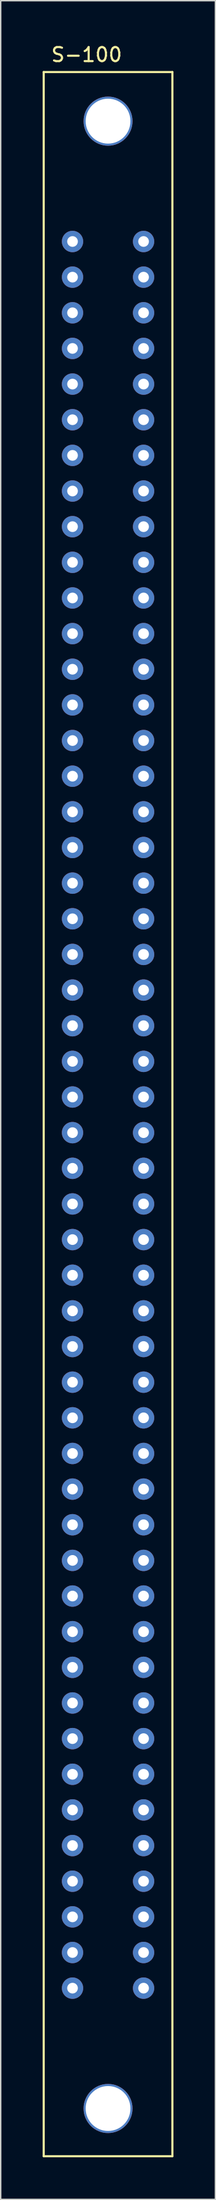
<source format=kicad_pcb>
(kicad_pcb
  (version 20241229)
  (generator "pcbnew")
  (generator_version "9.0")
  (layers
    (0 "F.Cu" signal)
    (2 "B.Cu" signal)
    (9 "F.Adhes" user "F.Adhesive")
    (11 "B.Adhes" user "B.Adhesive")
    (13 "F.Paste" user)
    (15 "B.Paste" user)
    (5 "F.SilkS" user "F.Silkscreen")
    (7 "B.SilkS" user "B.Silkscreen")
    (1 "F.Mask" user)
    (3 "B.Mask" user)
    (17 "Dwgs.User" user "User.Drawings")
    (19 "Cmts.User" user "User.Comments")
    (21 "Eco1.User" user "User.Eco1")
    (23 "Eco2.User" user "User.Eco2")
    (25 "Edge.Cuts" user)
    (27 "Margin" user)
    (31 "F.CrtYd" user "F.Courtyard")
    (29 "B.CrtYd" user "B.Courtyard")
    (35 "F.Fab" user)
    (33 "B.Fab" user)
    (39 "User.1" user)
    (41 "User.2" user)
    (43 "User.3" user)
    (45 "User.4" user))
  (footprint "S-100"
    (layer "F.Cu")
    (at 2.135 14.158)
    (property "Reference" "S-100" (at 1.01 -13.31 0) (layer "F.SilkS") (effects (font (size 1 1) (thickness 0.15))))
    (attr through_hole)
    (fp_line (start -2.06 -12.075) (end -2.06 136.435) (stroke (width 0.15) (type solid)) (layer "F.SilkS"))
    (fp_line (start -2.06 -12.075) (end 7.14 -12.075) (stroke (width 0.15) (type solid)) (layer "F.SilkS"))
    (fp_line (start -2.06 136.435) (end 7.14 136.435) (stroke (width 0.15) (type solid)) (layer "F.SilkS"))
    (fp_line (start 7.14 -12.075) (end 7.14 136.435) (stroke (width 0.15) (type solid)) (layer "F.SilkS"))
    (pad "" np_thru_hole circle (at 2.54 -8.575) (size 3.5 3.5) (drill 3.2) (layers "*.Cu" "*.Mask"))
    (pad "" np_thru_hole circle (at 2.54 133.035) (size 3.5 3.5) (drill 3.2) (layers "*.Cu" "*.Mask"))
    (pad "1" thru_hole circle (at 0 0) (size 1.524 1.524) (drill 0.762) (layers "*.Cu" "*.Mask"))
    (pad "2" thru_hole circle (at 0 2.54) (size 1.524 1.524) (drill 0.762) (layers "*.Cu" "*.Mask"))
    (pad "3" thru_hole circle (at 0 5.08) (size 1.524 1.524) (drill 0.762) (layers "*.Cu" "*.Mask"))
    (pad "4" thru_hole circle (at 0 7.62) (size 1.524 1.524) (drill 0.762) (layers "*.Cu" "*.Mask"))
    (pad "5" thru_hole circle (at 0 10.16) (size 1.524 1.524) (drill 0.762) (layers "*.Cu" "*.Mask"))
    (pad "6" thru_hole circle (at 0 12.7) (size 1.524 1.524) (drill 0.762) (layers "*.Cu" "*.Mask"))
    (pad "7" thru_hole circle (at 0 15.24) (size 1.524 1.524) (drill 0.762) (layers "*.Cu" "*.Mask"))
    (pad "8" thru_hole circle (at 0 17.78) (size 1.524 1.524) (drill 0.762) (layers "*.Cu" "*.Mask"))
    (pad "9" thru_hole circle (at 0 20.32) (size 1.524 1.524) (drill 0.762) (layers "*.Cu" "*.Mask"))
    (pad "10" thru_hole circle (at 0 22.86) (size 1.524 1.524) (drill 0.762) (layers "*.Cu" "*.Mask"))
    (pad "11" thru_hole circle (at 0 25.4) (size 1.524 1.524) (drill 0.762) (layers "*.Cu" "*.Mask"))
    (pad "12" thru_hole circle (at 0 27.94) (size 1.524 1.524) (drill 0.762) (layers "*.Cu" "*.Mask"))
    (pad "13" thru_hole circle (at 0 30.48) (size 1.524 1.524) (drill 0.762) (layers "*.Cu" "*.Mask"))
    (pad "14" thru_hole circle (at 0 33.02) (size 1.524 1.524) (drill 0.762) (layers "*.Cu" "*.Mask"))
    (pad "15" thru_hole circle (at 0 35.56) (size 1.524 1.524) (drill 0.762) (layers "*.Cu" "*.Mask"))
    (pad "16" thru_hole circle (at 0 38.1) (size 1.524 1.524) (drill 0.762) (layers "*.Cu" "*.Mask"))
    (pad "17" thru_hole circle (at 0 40.64) (size 1.524 1.524) (drill 0.762) (layers "*.Cu" "*.Mask"))
    (pad "18" thru_hole circle (at 0 43.18) (size 1.524 1.524) (drill 0.762) (layers "*.Cu" "*.Mask"))
    (pad "19" thru_hole circle (at 0 45.72) (size 1.524 1.524) (drill 0.762) (layers "*.Cu" "*.Mask"))
    (pad "20" thru_hole circle (at 0 48.26) (size 1.524 1.524) (drill 0.762) (layers "*.Cu" "*.Mask"))
    (pad "21" thru_hole circle (at 0 50.8) (size 1.524 1.524) (drill 0.762) (layers "*.Cu" "*.Mask"))
    (pad "22" thru_hole circle (at 0 53.34) (size 1.524 1.524) (drill 0.762) (layers "*.Cu" "*.Mask"))
    (pad "23" thru_hole circle (at 0 55.88) (size 1.524 1.524) (drill 0.762) (layers "*.Cu" "*.Mask"))
    (pad "24" thru_hole circle (at 0 58.42) (size 1.524 1.524) (drill 0.762) (layers "*.Cu" "*.Mask"))
    (pad "25" thru_hole circle (at 0 60.96) (size 1.524 1.524) (drill 0.762) (layers "*.Cu" "*.Mask"))
    (pad "26" thru_hole circle (at 0 63.5) (size 1.524 1.524) (drill 0.762) (layers "*.Cu" "*.Mask"))
    (pad "27" thru_hole circle (at 0 66.04) (size 1.524 1.524) (drill 0.762) (layers "*.Cu" "*.Mask"))
    (pad "28" thru_hole circle (at 0 68.58) (size 1.524 1.524) (drill 0.762) (layers "*.Cu" "*.Mask"))
    (pad "29" thru_hole circle (at 0 71.12) (size 1.524 1.524) (drill 0.762) (layers "*.Cu" "*.Mask"))
    (pad "30" thru_hole circle (at 0 73.66) (size 1.524 1.524) (drill 0.762) (layers "*.Cu" "*.Mask"))
    (pad "31" thru_hole circle (at 0 76.2) (size 1.524 1.524) (drill 0.762) (layers "*.Cu" "*.Mask"))
    (pad "32" thru_hole circle (at 0 78.74) (size 1.524 1.524) (drill 0.762) (layers "*.Cu" "*.Mask"))
    (pad "33" thru_hole circle (at 0 81.28) (size 1.524 1.524) (drill 0.762) (layers "*.Cu" "*.Mask"))
    (pad "34" thru_hole circle (at 0 83.82) (size 1.524 1.524) (drill 0.762) (layers "*.Cu" "*.Mask"))
    (pad "35" thru_hole circle (at 0 86.36) (size 1.524 1.524) (drill 0.762) (layers "*.Cu" "*.Mask"))
    (pad "36" thru_hole circle (at 0 88.9) (size 1.524 1.524) (drill 0.762) (layers "*.Cu" "*.Mask"))
    (pad "37" thru_hole circle (at 0 91.44) (size 1.524 1.524) (drill 0.762) (layers "*.Cu" "*.Mask"))
    (pad "38" thru_hole circle (at 0 93.98) (size 1.524 1.524) (drill 0.762) (layers "*.Cu" "*.Mask"))
    (pad "39" thru_hole circle (at 0 96.52) (size 1.524 1.524) (drill 0.762) (layers "*.Cu" "*.Mask"))
    (pad "40" thru_hole circle (at 0 99.06) (size 1.524 1.524) (drill 0.762) (layers "*.Cu" "*.Mask"))
    (pad "41" thru_hole circle (at 0 101.6) (size 1.524 1.524) (drill 0.762) (layers "*.Cu" "*.Mask"))
    (pad "42" thru_hole circle (at 0 104.14) (size 1.524 1.524) (drill 0.762) (layers "*.Cu" "*.Mask"))
    (pad "43" thru_hole circle (at 0 106.68) (size 1.524 1.524) (drill 0.762) (layers "*.Cu" "*.Mask"))
    (pad "44" thru_hole circle (at 0 109.22) (size 1.524 1.524) (drill 0.762) (layers "*.Cu" "*.Mask"))
    (pad "45" thru_hole circle (at 0 111.76) (size 1.524 1.524) (drill 0.762) (layers "*.Cu" "*.Mask"))
    (pad "46" thru_hole circle (at 0 114.3) (size 1.524 1.524) (drill 0.762) (layers "*.Cu" "*.Mask"))
    (pad "47" thru_hole circle (at 0 116.84) (size 1.524 1.524) (drill 0.762) (layers "*.Cu" "*.Mask"))
    (pad "48" thru_hole circle (at 0 119.38) (size 1.524 1.524) (drill 0.762) (layers "*.Cu" "*.Mask"))
    (pad "49" thru_hole circle (at 0 121.92) (size 1.524 1.524) (drill 0.762) (layers "*.Cu" "*.Mask"))
    (pad "50" thru_hole circle (at 0 124.46) (size 1.524 1.524) (drill 0.762) (layers "*.Cu" "*.Mask"))
    (pad "51" thru_hole circle (at 5.08 0) (size 1.524 1.524) (drill 0.762) (layers "*.Cu" "*.Mask"))
    (pad "52" thru_hole circle (at 5.08 2.54) (size 1.524 1.524) (drill 0.762) (layers "*.Cu" "*.Mask"))
    (pad "53" thru_hole circle (at 5.08 5.08) (size 1.524 1.524) (drill 0.762) (layers "*.Cu" "*.Mask"))
    (pad "54" thru_hole circle (at 5.08 7.62) (size 1.524 1.524) (drill 0.762) (layers "*.Cu" "*.Mask"))
    (pad "55" thru_hole circle (at 5.08 10.16) (size 1.524 1.524) (drill 0.762) (layers "*.Cu" "*.Mask"))
    (pad "56" thru_hole circle (at 5.08 12.7) (size 1.524 1.524) (drill 0.762) (layers "*.Cu" "*.Mask"))
    (pad "57" thru_hole circle (at 5.08 15.24) (size 1.524 1.524) (drill 0.762) (layers "*.Cu" "*.Mask"))
    (pad "58" thru_hole circle (at 5.08 17.78) (size 1.524 1.524) (drill 0.762) (layers "*.Cu" "*.Mask"))
    (pad "59" thru_hole circle (at 5.08 20.32) (size 1.524 1.524) (drill 0.762) (layers "*.Cu" "*.Mask"))
    (pad "60" thru_hole circle (at 5.08 22.86) (size 1.524 1.524) (drill 0.762) (layers "*.Cu" "*.Mask"))
    (pad "61" thru_hole circle (at 5.08 25.4) (size 1.524 1.524) (drill 0.762) (layers "*.Cu" "*.Mask"))
    (pad "62" thru_hole circle (at 5.08 27.94) (size 1.524 1.524) (drill 0.762) (layers "*.Cu" "*.Mask"))
    (pad "63" thru_hole circle (at 5.08 30.48) (size 1.524 1.524) (drill 0.762) (layers "*.Cu" "*.Mask"))
    (pad "64" thru_hole circle (at 5.08 33.02) (size 1.524 1.524) (drill 0.762) (layers "*.Cu" "*.Mask"))
    (pad "65" thru_hole circle (at 5.08 35.56) (size 1.524 1.524) (drill 0.762) (layers "*.Cu" "*.Mask"))
    (pad "66" thru_hole circle (at 5.08 38.1) (size 1.524 1.524) (drill 0.762) (layers "*.Cu" "*.Mask"))
    (pad "67" thru_hole circle (at 5.08 40.64) (size 1.524 1.524) (drill 0.762) (layers "*.Cu" "*.Mask"))
    (pad "68" thru_hole circle (at 5.08 43.18) (size 1.524 1.524) (drill 0.762) (layers "*.Cu" "*.Mask"))
    (pad "69" thru_hole circle (at 5.08 45.72) (size 1.524 1.524) (drill 0.762) (layers "*.Cu" "*.Mask"))
    (pad "70" thru_hole circle (at 5.08 48.26) (size 1.524 1.524) (drill 0.762) (layers "*.Cu" "*.Mask"))
    (pad "71" thru_hole circle (at 5.08 50.8) (size 1.524 1.524) (drill 0.762) (layers "*.Cu" "*.Mask"))
    (pad "72" thru_hole circle (at 5.08 53.34) (size 1.524 1.524) (drill 0.762) (layers "*.Cu" "*.Mask"))
    (pad "73" thru_hole circle (at 5.08 55.88) (size 1.524 1.524) (drill 0.762) (layers "*.Cu" "*.Mask"))
    (pad "74" thru_hole circle (at 5.08 58.42) (size 1.524 1.524) (drill 0.762) (layers "*.Cu" "*.Mask"))
    (pad "75" thru_hole circle (at 5.08 60.96) (size 1.524 1.524) (drill 0.762) (layers "*.Cu" "*.Mask"))
    (pad "76" thru_hole circle (at 5.08 63.5) (size 1.524 1.524) (drill 0.762) (layers "*.Cu" "*.Mask"))
    (pad "77" thru_hole circle (at 5.08 66.04) (size 1.524 1.524) (drill 0.762) (layers "*.Cu" "*.Mask"))
    (pad "78" thru_hole circle (at 5.08 68.58) (size 1.524 1.524) (drill 0.762) (layers "*.Cu" "*.Mask"))
    (pad "79" thru_hole circle (at 5.08 71.12) (size 1.524 1.524) (drill 0.762) (layers "*.Cu" "*.Mask"))
    (pad "80" thru_hole circle (at 5.08 73.66) (size 1.524 1.524) (drill 0.762) (layers "*.Cu" "*.Mask"))
    (pad "81" thru_hole circle (at 5.08 76.2) (size 1.524 1.524) (drill 0.762) (layers "*.Cu" "*.Mask"))
    (pad "82" thru_hole circle (at 5.08 78.74) (size 1.524 1.524) (drill 0.762) (layers "*.Cu" "*.Mask"))
    (pad "83" thru_hole circle (at 5.08 81.28) (size 1.524 1.524) (drill 0.762) (layers "*.Cu" "*.Mask"))
    (pad "84" thru_hole circle (at 5.08 83.82) (size 1.524 1.524) (drill 0.762) (layers "*.Cu" "*.Mask"))
    (pad "85" thru_hole circle (at 5.08 86.36) (size 1.524 1.524) (drill 0.762) (layers "*.Cu" "*.Mask"))
    (pad "86" thru_hole circle (at 5.08 88.9) (size 1.524 1.524) (drill 0.762) (layers "*.Cu" "*.Mask"))
    (pad "87" thru_hole circle (at 5.08 91.44) (size 1.524 1.524) (drill 0.762) (layers "*.Cu" "*.Mask"))
    (pad "88" thru_hole circle (at 5.08 93.98) (size 1.524 1.524) (drill 0.762) (layers "*.Cu" "*.Mask"))
    (pad "89" thru_hole circle (at 5.08 96.52) (size 1.524 1.524) (drill 0.762) (layers "*.Cu" "*.Mask"))
    (pad "90" thru_hole circle (at 5.08 99.06) (size 1.524 1.524) (drill 0.762) (layers "*.Cu" "*.Mask"))
    (pad "91" thru_hole circle (at 5.08 101.6) (size 1.524 1.524) (drill 0.762) (layers "*.Cu" "*.Mask"))
    (pad "92" thru_hole circle (at 5.08 104.14) (size 1.524 1.524) (drill 0.762) (layers "*.Cu" "*.Mask"))
    (pad "93" thru_hole circle (at 5.08 106.68) (size 1.524 1.524) (drill 0.762) (layers "*.Cu" "*.Mask"))
    (pad "94" thru_hole circle (at 5.08 109.22) (size 1.524 1.524) (drill 0.762) (layers "*.Cu" "*.Mask"))
    (pad "95" thru_hole circle (at 5.08 111.76) (size 1.524 1.524) (drill 0.762) (layers "*.Cu" "*.Mask"))
    (pad "96" thru_hole circle (at 5.08 114.3) (size 1.524 1.524) (drill 0.762) (layers "*.Cu" "*.Mask"))
    (pad "97" thru_hole circle (at 5.08 116.84) (size 1.524 1.524) (drill 0.762) (layers "*.Cu" "*.Mask"))
    (pad "98" thru_hole circle (at 5.08 119.38) (size 1.524 1.524) (drill 0.762) (layers "*.Cu" "*.Mask"))
    (pad "99" thru_hole circle (at 5.08 121.92) (size 1.524 1.524) (drill 0.762) (layers "*.Cu" "*.Mask"))
    (pad "100" thru_hole circle (at 5.08 124.46) (size 1.524 1.524) (drill 0.762) (layers "*.Cu" "*.Mask")))
  (gr_rect
    (start -3 -3)
    (end 12.35 153.668)
    (stroke (width 0.1) (type default))
    (fill no)
    (layer "Edge.Cuts")))
</source>
